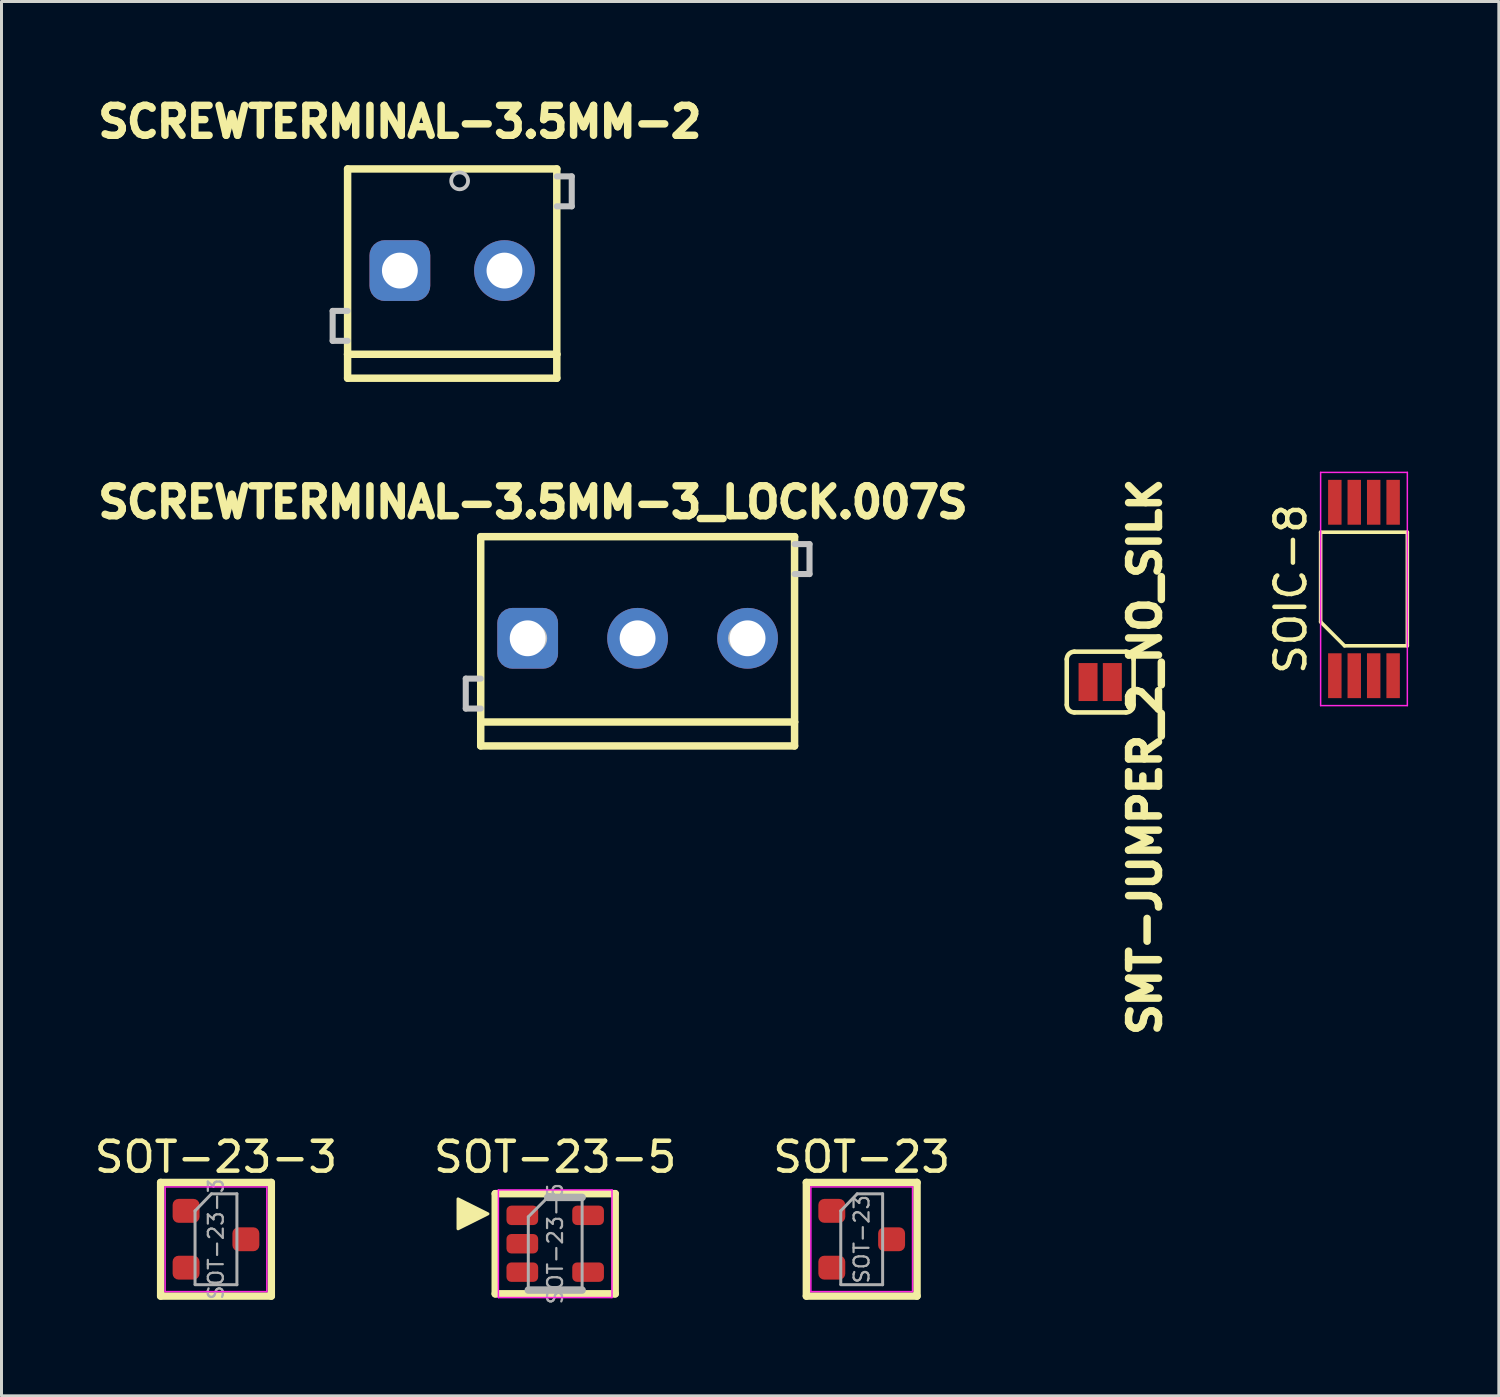
<source format=kicad_pcb>
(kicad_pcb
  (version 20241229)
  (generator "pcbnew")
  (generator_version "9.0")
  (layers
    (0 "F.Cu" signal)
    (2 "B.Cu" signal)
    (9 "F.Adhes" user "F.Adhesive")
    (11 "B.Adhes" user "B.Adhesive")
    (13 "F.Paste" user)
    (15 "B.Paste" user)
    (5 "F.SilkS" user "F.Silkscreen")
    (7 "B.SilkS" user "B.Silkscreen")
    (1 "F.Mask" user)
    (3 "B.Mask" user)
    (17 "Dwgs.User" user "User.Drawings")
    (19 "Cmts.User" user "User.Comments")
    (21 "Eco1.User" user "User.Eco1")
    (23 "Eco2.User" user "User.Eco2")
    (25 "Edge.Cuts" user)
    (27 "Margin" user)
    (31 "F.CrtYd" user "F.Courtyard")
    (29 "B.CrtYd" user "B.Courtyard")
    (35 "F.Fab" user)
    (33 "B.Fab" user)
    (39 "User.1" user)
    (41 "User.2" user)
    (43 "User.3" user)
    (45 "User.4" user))
  (footprint "SOIC-8"
    (layer "F.Cu")
    (at 42.566 16.648)
    (property "Reference" "SOIC-8" (at -2.45 0 90) (layer "F.SilkS") (effects (font (size 1 1) (thickness 0.15))))
    (attr smd)
    (fp_line (start -1.45 -1.9) (end 1.45 -1.9) (stroke (width 0.12) (type solid)) (layer "F.SilkS"))
    (fp_line (start -1.45 1.1) (end -1.45 -1.9) (stroke (width 0.12) (type solid)) (layer "F.SilkS"))
    (fp_line (start -0.65 1.9) (end -1.45 1.1) (stroke (width 0.12) (type solid)) (layer "F.SilkS"))
    (fp_line (start 1.45 -1.9) (end 1.45 1.9) (stroke (width 0.12) (type solid)) (layer "F.SilkS"))
    (fp_line (start 1.45 1.9) (end -0.65 1.9) (stroke (width 0.12) (type solid)) (layer "F.SilkS"))
    (fp_line (start -1.45 -3.9) (end 1.45 -3.9) (stroke (width 0.05) (type solid)) (layer "F.CrtYd"))
    (fp_line (start -1.45 3.9) (end -1.45 -3.9) (stroke (width 0.05) (type solid)) (layer "F.CrtYd"))
    (fp_line (start 1.45 -3.9) (end 1.45 3.9) (stroke (width 0.05) (type solid)) (layer "F.CrtYd"))
    (fp_line (start 1.45 3.9) (end -1.45 3.9) (stroke (width 0.05) (type solid)) (layer "F.CrtYd"))
    (pad "1" smd rect (at -0.975 2.9) (size 0.45 1.5) (layers "F.Cu" "F.Mask" "F.Paste"))
    (pad "2" smd rect (at -0.325 2.9) (size 0.45 1.5) (layers "F.Cu" "F.Mask" "F.Paste"))
    (pad "3" smd rect (at 0.325 2.9) (size 0.45 1.5) (layers "F.Cu" "F.Mask" "F.Paste"))
    (pad "4" smd rect (at 0.975 2.9) (size 0.45 1.5) (layers "F.Cu" "F.Mask" "F.Paste"))
    (pad "5" smd rect (at 0.975 -2.9) (size 0.45 1.5) (layers "F.Cu" "F.Mask" "F.Paste"))
    (pad "6" smd rect (at 0.325 -2.9) (size 0.45 1.5) (layers "F.Cu" "F.Mask" "F.Paste"))
    (pad "7" smd rect (at -0.325 -2.9) (size 0.45 1.5) (layers "F.Cu" "F.Mask" "F.Paste"))
    (pad "8" smd rect (at -0.975 -2.9) (size 0.45 1.5) (layers "F.Cu" "F.Mask" "F.Paste")))
  (footprint "SOT-23-5"
    (layer "F.Cu")
    (at 15.518 38.545)
    (property "Reference" "SOT-23-5" (at 0 -2.9 0) (layer "F.SilkS") (effects (font (size 1 1) (thickness 0.15))))
    (attr smd)
    (fp_line (start -2.005 -1.675) (end -2.005 1.675) (stroke (width 0.25) (type solid)) (layer "F.SilkS"))
    (fp_line (start -2.005 -1.675) (end 2.005 -1.675) (stroke (width 0.25) (type solid)) (layer "F.SilkS"))
    (fp_line (start 2.005 -1.675) (end 2.005 1.675) (stroke (width 0.25) (type solid)) (layer "F.SilkS"))
    (fp_line (start 2.005 1.675) (end -2.005 1.675) (stroke (width 0.25) (type solid)) (layer "F.SilkS"))
    (fp_poly (pts (xy -2.25 -1) (xy -3.25 -0.5) (xy -3.25 -1.5)) (stroke (width 0.1) (type solid)) (fill yes) (layer "F.SilkS"))
    (fp_line (start -1.9 -1.8) (end 1.9 -1.8) (stroke (width 0.05) (type solid)) (layer "F.CrtYd"))
    (fp_line (start -1.9 1.8) (end -1.9 -1.8) (stroke (width 0.05) (type solid)) (layer "F.CrtYd"))
    (fp_line (start 1.9 -1.8) (end 1.9 1.8) (stroke (width 0.05) (type solid)) (layer "F.CrtYd"))
    (fp_line (start 1.9 1.8) (end -1.9 1.8) (stroke (width 0.05) (type solid)) (layer "F.CrtYd"))
    (fp_line (start -0.9 -0.9) (end -0.9 1.55) (stroke (width 0.1) (type solid)) (layer "F.Fab"))
    (fp_line (start -0.9 -0.9) (end -0.25 -1.55) (stroke (width 0.1) (type solid)) (layer "F.Fab"))
    (fp_line (start 0.9 -1.55) (end -0.25 -1.55) (stroke (width 0.25) (type solid)) (layer "F.Fab"))
    (fp_line (start 0.9 -1.55) (end 0.9 1.55) (stroke (width 0.1) (type solid)) (layer "F.Fab"))
    (fp_line (start 0.9 1.55) (end -0.9 1.55) (stroke (width 0.25) (type solid)) (layer "F.Fab"))
    (fp_text user "${REFERENCE}" (at 0 0 90) (layer "F.Fab") (effects (font (size 0.5 0.5) (thickness 0.075))))
    (pad "1" smd roundrect (at -1.1 -0.95) (size 1.06 0.65) (layers "F.Cu" "F.Mask" "F.Paste") (roundrect_rratio 0.25))
    (pad "2" smd roundrect (at -1.1 0) (size 1.06 0.65) (layers "F.Cu" "F.Mask" "F.Paste") (roundrect_rratio 0.25))
    (pad "3" smd roundrect (at -1.1 0.95) (size 1.06 0.65) (layers "F.Cu" "F.Mask" "F.Paste") (roundrect_rratio 0.25))
    (pad "4" smd roundrect (at 1.1 0.95) (size 1.06 0.65) (layers "F.Cu" "F.Mask" "F.Paste") (roundrect_rratio 0.25))
    (pad "5" smd roundrect (at 1.1 -0.95) (size 1.06 0.65) (layers "F.Cu" "F.Mask" "F.Paste") (roundrect_rratio 0.25)))
  (footprint "SMT-JUMPER_2_NO_SILK"
    (layer "F.Cu")
    (at 33.744 19.76)
    (property "Reference" "SMT-JUMPER_2_NO_SILK" (at 1.5 2.5 270) (layer "F.SilkS") (effects (font (size 1 1) (thickness 0.25))))
    (attr smd)
    (fp_line (start -1.118 0.762) (end -1.118 -0.762) (stroke (width 0.152) (type solid)) (layer "F.SilkS"))
    (fp_line (start -0.864 -1.016) (end 0.864 -1.016) (stroke (width 0.152) (type solid)) (layer "F.SilkS"))
    (fp_line (start 0.864 1.016) (end -0.864 1.016) (stroke (width 0.152) (type solid)) (layer "F.SilkS"))
    (fp_line (start 1.118 0.762) (end 1.118 -0.762) (stroke (width 0.152) (type solid)) (layer "F.SilkS"))
    (fp_arc (start -1.1176 -0.762) (mid -1.043205 -0.941605) (end -0.8636 -1.016) (stroke (width 0.1524) (type solid)) (layer "F.SilkS"))
    (fp_arc (start -0.8636 1.016) (mid -1.043205 0.941605) (end -1.1176 0.762) (stroke (width 0.1524) (type solid)) (layer "F.SilkS"))
    (fp_arc (start 0.8636 -1.016) (mid 1.043205 -0.941605) (end 1.1176 -0.762) (stroke (width 0.1524) (type solid)) (layer "F.SilkS"))
    (fp_arc (start 1.1176 0.762) (mid 1.043205 0.941605) (end 0.8636 1.016) (stroke (width 0.1524) (type solid)) (layer "F.SilkS"))
    (pad "1" smd rect (at -0.406 0) (size 0.635 1.27) (layers "F.Cu" "F.Mask"))
    (pad "2" smd rect (at 0.406 0) (size 0.635 1.27) (layers "F.Cu" "F.Mask")))
  (footprint "SOT-23-3"
    (layer "F.Cu")
    (at 4.173 38.395)
    (property "Reference" "SOT-23-3" (at 0 -2.75 0) (layer "F.SilkS") (effects (font (size 1 1) (thickness 0.15))))
    (attr smd)
    (fp_line (start -1.85 -1.9) (end -1.85 1.9) (stroke (width 0.25) (type solid)) (layer "F.SilkS"))
    (fp_line (start -1.85 -1.9) (end 1.85 -1.9) (stroke (width 0.25) (type solid)) (layer "F.SilkS"))
    (fp_line (start -1.85 1.9) (end 1.85 1.9) (stroke (width 0.25) (type solid)) (layer "F.SilkS"))
    (fp_line (start 1.85 -1.9) (end 1.85 1.9) (stroke (width 0.25) (type solid)) (layer "F.SilkS"))
    (fp_line (start -1.7 -1.75) (end 1.7 -1.75) (stroke (width 0.05) (type solid)) (layer "F.CrtYd"))
    (fp_line (start -1.7 1.75) (end -1.7 -1.75) (stroke (width 0.05) (type solid)) (layer "F.CrtYd"))
    (fp_line (start 1.7 -1.75) (end 1.7 1.75) (stroke (width 0.05) (type solid)) (layer "F.CrtYd"))
    (fp_line (start 1.7 1.75) (end -1.7 1.75) (stroke (width 0.05) (type solid)) (layer "F.CrtYd"))
    (fp_line (start -0.7 -0.95) (end -0.7 1.5) (stroke (width 0.1) (type solid)) (layer "F.Fab"))
    (fp_line (start -0.7 -0.95) (end -0.15 -1.52) (stroke (width 0.1) (type solid)) (layer "F.Fab"))
    (fp_line (start -0.7 1.52) (end 0.7 1.52) (stroke (width 0.1) (type solid)) (layer "F.Fab"))
    (fp_line (start -0.15 -1.52) (end 0.7 -1.52) (stroke (width 0.1) (type solid)) (layer "F.Fab"))
    (fp_line (start 0.7 -1.52) (end 0.7 1.52) (stroke (width 0.1) (type solid)) (layer "F.Fab"))
    (fp_text user "${REFERENCE}" (at 0 0 90) (layer "F.Fab") (effects (font (size 0.5 0.5) (thickness 0.075))))
    (pad "1" smd roundrect (at -1 -0.95) (size 0.9 0.8) (layers "F.Cu" "F.Mask" "F.Paste") (roundrect_rratio 0.25))
    (pad "2" smd roundrect (at -1 0.95) (size 0.9 0.8) (layers "F.Cu" "F.Mask" "F.Paste") (roundrect_rratio 0.25))
    (pad "3" smd roundrect (at 1 0) (size 0.9 0.8) (layers "F.Cu" "F.Mask" "F.Paste") (roundrect_rratio 0.25)))
  (footprint "SCREWTERMINAL-3.5MM-3_LOCK.007S"
    (layer "F.Cu")
    (at 14.775 18.297)
    (property "Reference" "SCREWTERMINAL-3.5MM-3_LOCK.007S" (at 0 -4.55 180) (layer "F.SilkS") (effects (font (size 1 1) (thickness 0.25))))
    (attr exclude_from_pos_files exclude_from_bom)
    (fp_line (start -1.748 -3.399) (end 8.748 -3.399) (stroke (width 0.25) (type solid)) (layer "F.SilkS"))
    (fp_line (start -1.748 2.799) (end -1.748 -3.399) (stroke (width 0.25) (type solid)) (layer "F.SilkS"))
    (fp_line (start -1.748 3.599) (end -1.748 2.799) (stroke (width 0.25) (type solid)) (layer "F.SilkS"))
    (fp_line (start 8.748 -3.399) (end 8.748 2.799) (stroke (width 0.25) (type solid)) (layer "F.SilkS"))
    (fp_line (start 8.748 2.799) (end -1.748 2.799) (stroke (width 0.25) (type solid)) (layer "F.SilkS"))
    (fp_line (start 8.748 2.799) (end 8.748 3.599) (stroke (width 0.25) (type solid)) (layer "F.SilkS"))
    (fp_line (start 8.748 3.599) (end -1.748 3.599) (stroke (width 0.25) (type solid)) (layer "F.SilkS"))
    (fp_line (start -2.248 1.349) (end -2.248 2.349) (stroke (width 0.203) (type solid)) (layer "Dwgs.User"))
    (fp_line (start -2.248 2.349) (end -1.748 2.349) (stroke (width 0.203) (type solid)) (layer "Dwgs.User"))
    (fp_line (start -1.748 1.349) (end -2.248 1.349) (stroke (width 0.203) (type solid)) (layer "Dwgs.User"))
    (fp_line (start 8.748 -3.15) (end 9.248 -3.15) (stroke (width 0.203) (type solid)) (layer "Dwgs.User"))
    (fp_line (start 9.248 -3.15) (end 9.248 -2.149) (stroke (width 0.203) (type solid)) (layer "Dwgs.User"))
    (fp_line (start 9.248 -2.149) (end 8.748 -2.149) (stroke (width 0.203) (type solid)) (layer "Dwgs.User"))
    (fp_circle (center 0 0) (end 0 -0.424) (stroke (width 0.1) (type solid)) (fill no) (layer "Dwgs.User"))
    (fp_circle (center 3.498 0) (end 3.498 -0.424) (stroke (width 0.1) (type solid)) (fill no) (layer "Dwgs.User"))
    (fp_circle (center 6.998 0) (end 6.998 -0.424) (stroke (width 0.1) (type solid)) (fill no) (layer "Dwgs.User"))
    (pad "1" thru_hole roundrect (at -0.178 0) (size 2.032 2.032) (drill 1.199) (layers "*.Cu" "*.Mask") (roundrect_rratio 0.25))
    (pad "2" thru_hole circle (at 3.498 0) (size 2.032 2.032) (drill 1.199) (layers "*.Cu" "*.Mask"))
    (pad "3" thru_hole circle (at 7.176 0) (size 2.032 2.032) (drill 1.199) (layers "*.Cu" "*.Mask")))
  (footprint "SOT-23"
    (layer "F.Cu")
    (at 25.768 38.395)
    (property "Reference" "SOT-23" (at 0 -2.75 0) (layer "F.SilkS") (effects (font (size 1 1) (thickness 0.15))))
    (attr smd)
    (fp_line (start -1.85 -1.9) (end -1.85 1.9) (stroke (width 0.25) (type solid)) (layer "F.SilkS"))
    (fp_line (start -1.85 -1.9) (end 1.85 -1.9) (stroke (width 0.25) (type solid)) (layer "F.SilkS"))
    (fp_line (start -1.85 1.9) (end 1.85 1.9) (stroke (width 0.25) (type solid)) (layer "F.SilkS"))
    (fp_line (start 1.85 -1.9) (end 1.85 1.9) (stroke (width 0.25) (type solid)) (layer "F.SilkS"))
    (fp_line (start -1.7 -1.75) (end 1.7 -1.75) (stroke (width 0.05) (type solid)) (layer "F.CrtYd"))
    (fp_line (start -1.7 1.75) (end -1.7 -1.75) (stroke (width 0.05) (type solid)) (layer "F.CrtYd"))
    (fp_line (start 1.7 -1.75) (end 1.7 1.75) (stroke (width 0.05) (type solid)) (layer "F.CrtYd"))
    (fp_line (start 1.7 1.75) (end -1.7 1.75) (stroke (width 0.05) (type solid)) (layer "F.CrtYd"))
    (fp_line (start -0.7 -0.95) (end -0.7 1.5) (stroke (width 0.1) (type solid)) (layer "F.Fab"))
    (fp_line (start -0.7 -0.95) (end -0.15 -1.52) (stroke (width 0.1) (type solid)) (layer "F.Fab"))
    (fp_line (start -0.7 1.52) (end 0.7 1.52) (stroke (width 0.1) (type solid)) (layer "F.Fab"))
    (fp_line (start -0.15 -1.52) (end 0.7 -1.52) (stroke (width 0.1) (type solid)) (layer "F.Fab"))
    (fp_line (start 0.7 -1.52) (end 0.7 1.52) (stroke (width 0.1) (type solid)) (layer "F.Fab"))
    (fp_text user "${REFERENCE}" (at 0 0 90) (layer "F.Fab") (effects (font (size 0.5 0.5) (thickness 0.075))))
    (pad "1" smd roundrect (at -1 -0.95) (size 0.9 0.8) (layers "F.Cu" "F.Mask" "F.Paste") (roundrect_rratio 0.25))
    (pad "2" smd roundrect (at -1 0.95) (size 0.9 0.8) (layers "F.Cu" "F.Mask" "F.Paste") (roundrect_rratio 0.25))
    (pad "3" smd roundrect (at 1 0) (size 0.9 0.8) (layers "F.Cu" "F.Mask" "F.Paste") (roundrect_rratio 0.25)))
  (footprint "SCREWTERMINAL-3.5MM-2"
    (layer "F.Cu")
    (at 10.323 5.999)
    (property "Reference" "SCREWTERMINAL-3.5MM-2" (at 0 -4.975 180) (layer "F.SilkS") (effects (font (size 1 1) (thickness 0.25))))
    (attr exclude_from_pos_files exclude_from_bom)
    (fp_line (start -1.748 -3.399) (end 5.248 -3.399) (stroke (width 0.25) (type solid)) (layer "F.SilkS"))
    (fp_line (start -1.748 2.799) (end -1.748 -3.399) (stroke (width 0.25) (type solid)) (layer "F.SilkS"))
    (fp_line (start -1.748 3.599) (end -1.748 2.799) (stroke (width 0.25) (type solid)) (layer "F.SilkS"))
    (fp_line (start 5.248 -3.399) (end 5.248 2.799) (stroke (width 0.25) (type solid)) (layer "F.SilkS"))
    (fp_line (start 5.248 2.799) (end -1.748 2.799) (stroke (width 0.25) (type solid)) (layer "F.SilkS"))
    (fp_line (start 5.248 2.799) (end 5.248 3.599) (stroke (width 0.25) (type solid)) (layer "F.SilkS"))
    (fp_line (start 5.248 3.599) (end -1.748 3.599) (stroke (width 0.25) (type solid)) (layer "F.SilkS"))
    (fp_line (start -2.248 1.349) (end -2.248 2.349) (stroke (width 0.203) (type solid)) (layer "Dwgs.User"))
    (fp_line (start -2.248 2.349) (end -1.748 2.349) (stroke (width 0.203) (type solid)) (layer "Dwgs.User"))
    (fp_line (start -1.748 1.349) (end -2.248 1.349) (stroke (width 0.203) (type solid)) (layer "Dwgs.User"))
    (fp_line (start 5.248 -3.15) (end 5.748 -3.15) (stroke (width 0.203) (type solid)) (layer "Dwgs.User"))
    (fp_line (start 5.748 -3.15) (end 5.748 -2.149) (stroke (width 0.203) (type solid)) (layer "Dwgs.User"))
    (fp_line (start 5.748 -2.149) (end 5.248 -2.149) (stroke (width 0.203) (type solid)) (layer "Dwgs.User"))
    (fp_circle (center 1.999 -3) (end 1.999 -3.282) (stroke (width 0.127) (type solid)) (fill no) (layer "Dwgs.User"))
    (pad "1" thru_hole roundrect (at 0 0) (size 2.032 2.032) (drill 1.199) (layers "*.Cu" "*.Mask") (roundrect_rratio 0.25))
    (pad "2" thru_hole circle (at 3.498 0) (size 2.032 2.032) (drill 1.199) (layers "*.Cu" "*.Mask")))
  (gr_rect
    (start -3 -3)
    (end 47.076 43.631)
    (stroke (width 0.1) (type default))
    (fill no)
    (layer "Edge.Cuts")))
</source>
